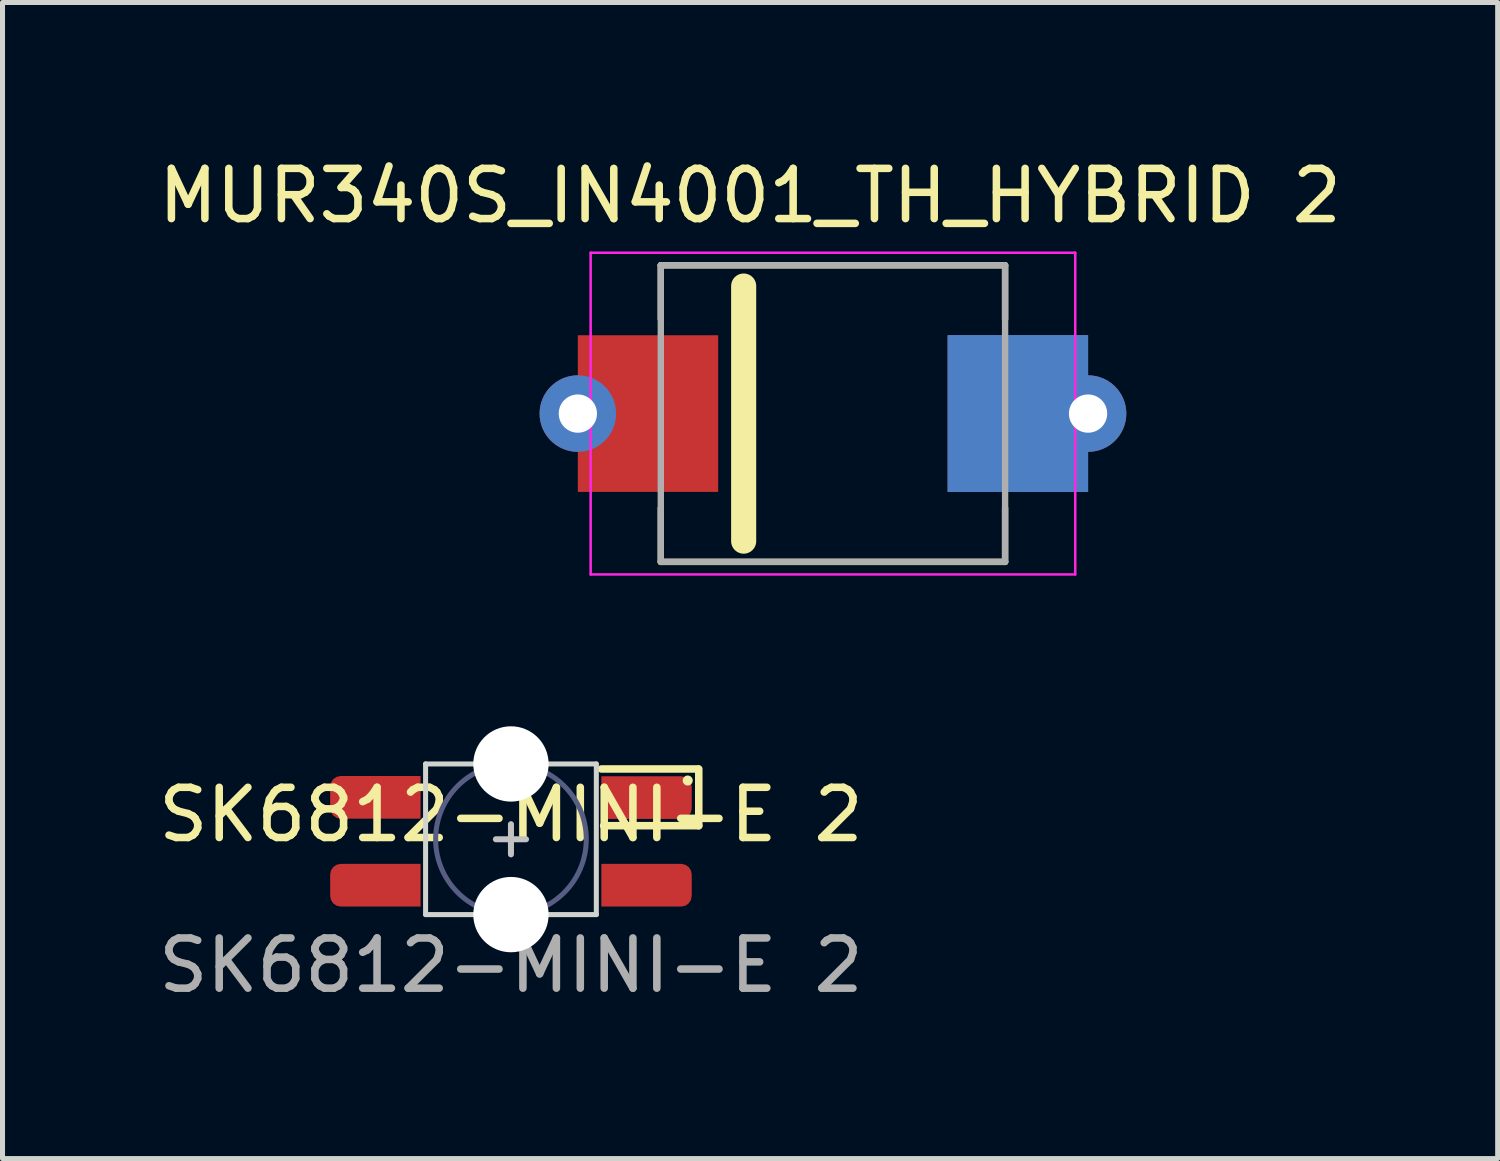
<source format=kicad_pcb>
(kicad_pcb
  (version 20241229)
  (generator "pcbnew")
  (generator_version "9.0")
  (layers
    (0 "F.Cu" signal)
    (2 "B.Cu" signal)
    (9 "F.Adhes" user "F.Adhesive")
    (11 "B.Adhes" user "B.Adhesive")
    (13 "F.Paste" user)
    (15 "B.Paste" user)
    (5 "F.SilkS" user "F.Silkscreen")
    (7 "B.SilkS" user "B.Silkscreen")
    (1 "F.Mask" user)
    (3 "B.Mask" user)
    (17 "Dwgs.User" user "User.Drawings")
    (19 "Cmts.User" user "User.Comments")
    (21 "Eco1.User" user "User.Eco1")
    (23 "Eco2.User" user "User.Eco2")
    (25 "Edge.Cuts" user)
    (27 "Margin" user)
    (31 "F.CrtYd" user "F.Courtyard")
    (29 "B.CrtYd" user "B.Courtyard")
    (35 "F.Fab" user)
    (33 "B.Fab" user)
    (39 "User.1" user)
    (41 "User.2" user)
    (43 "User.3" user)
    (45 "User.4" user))
  (footprint "MUR340S_IN4001_TH_HYBRID 2"
    (layer "F.Cu")
    (at 13.537 5.186)
    (property "Reference" "MUR340S_IN4001_TH_HYBRID 2" (at -1.65 -4.338 0) (layer "F.SilkS") (effects (font (size 1 1) (thickness 0.15))))
    (attr smd)
    (fp_line (start -3.428 -2.953) (end -3.428 -1.88) (stroke (width 0.127) (type solid)) (layer "F.SilkS"))
    (fp_line (start -3.428 2.953) (end -3.428 1.88) (stroke (width 0.127) (type solid)) (layer "F.SilkS"))
    (fp_line (start -3.428 2.953) (end 3.428 2.953) (stroke (width 0.127) (type solid)) (layer "F.SilkS"))
    (fp_line (start -1.778 -2.54) (end -1.778 2.54) (stroke (width 0.5) (type solid)) (layer "F.SilkS"))
    (fp_line (start 3.428 -2.953) (end -3.428 -2.953) (stroke (width 0.127) (type solid)) (layer "F.SilkS"))
    (fp_line (start 3.428 -1.88) (end 3.428 -2.953) (stroke (width 0.127) (type solid)) (layer "F.SilkS"))
    (fp_line (start 3.428 2.953) (end 3.428 1.88) (stroke (width 0.127) (type solid)) (layer "F.SilkS"))
    (fp_line (start -4.825 -3.203) (end -4.825 3.203) (stroke (width 0.05) (type solid)) (layer "F.CrtYd"))
    (fp_line (start -4.825 3.203) (end 4.825 3.203) (stroke (width 0.05) (type solid)) (layer "F.CrtYd"))
    (fp_line (start 4.825 -3.203) (end -4.825 -3.203) (stroke (width 0.05) (type solid)) (layer "F.CrtYd"))
    (fp_line (start 4.825 3.203) (end 4.825 -3.203) (stroke (width 0.05) (type solid)) (layer "F.CrtYd"))
    (fp_line (start -3.428 -2.953) (end -3.428 2.953) (stroke (width 0.127) (type solid)) (layer "F.Fab"))
    (fp_line (start -3.428 2.953) (end 3.428 2.953) (stroke (width 0.127) (type solid)) (layer "F.Fab"))
    (fp_line (start 3.428 -2.953) (end -3.428 -2.953) (stroke (width 0.127) (type solid)) (layer "F.Fab"))
    (fp_line (start 3.428 2.953) (end 3.428 -2.953) (stroke (width 0.127) (type solid)) (layer "F.Fab"))
    (fp_circle (center -5.25 0) (end -5.15 0) (stroke (width 0.2) (type solid)) (fill no) (layer "F.Fab"))
    (pad "A" smd rect (at 3.683 0) (size 2.795 3.12) (layers "F.Cu" "F.Mask" "F.Paste"))
    (pad "A" smd rect (at 3.683 0) (size 2.795 3.12) (layers "B.Cu" "B.Mask" "B.Paste"))
    (pad "A" thru_hole circle (at 5.08 0) (size 1.524 1.524) (drill 0.762) (layers "*.Cu" "*.Mask"))
    (pad "C" thru_hole circle (at -5.08 0) (size 1.524 1.524) (drill 0.762) (layers "*.Cu" "*.Mask"))
    (pad "C" smd rect (at -3.683 0) (size 2.795 3.12) (layers "F.Cu" "F.Mask" "F.Paste"))
    (pad "C" smd rect (at 3.683 0) (size 2.795 3.12) (layers "B.Cu" "B.Mask" "B.Paste")))
  (footprint "SK6812-MINI-E 2"
    (layer "F.Cu")
    (at 7.125 13.673)
    (property "Reference" "SK6812-MINI-E 2" (at 0 -0.5 0) (unlocked yes) (layer "F.SilkS") (effects (font (size 1 1) (thickness 0.15))))
    (attr smd)
    (fp_line (start 1.8 -1.41) (end 3.724 -1.41) (stroke (width 0.15) (type solid)) (layer "F.SilkS"))
    (fp_line (start 3.74 -1.41) (end 3.74 -0.28) (stroke (width 0.15) (type solid)) (layer "F.SilkS"))
    (fp_line (start 3.74 -0.28) (end 1.846 -0.28) (stroke (width 0.15) (type solid)) (layer "F.SilkS"))
    (fp_circle (center 3.52 -1.18) (end 3.62 -1.18) (stroke (width 0) (type solid)) (fill yes) (layer "F.SilkS"))
    (fp_line (start -0.3 -0.01) (end 0.3 -0.01) (stroke (width 0.12) (type solid)) (layer "Dwgs.User"))
    (fp_line (start 0 -0.31) (end 0 0.29) (stroke (width 0.12) (type solid)) (layer "Dwgs.User"))
    (fp_line (start -1.7 1.49) (end -1.7 -1.51) (stroke (width 0.1) (type solid)) (layer "Edge.Cuts"))
    (fp_line (start 1.7 -1.51) (end -1.7 -1.51) (stroke (width 0.1) (type solid)) (layer "Edge.Cuts"))
    (fp_line (start 1.7 -1.51) (end 1.7 1.49) (stroke (width 0.1) (type solid)) (layer "Edge.Cuts"))
    (fp_line (start 1.7 1.49) (end -1.7 1.49) (stroke (width 0.1) (type solid)) (layer "Edge.Cuts"))
    (fp_circle (center 0 -0.01) (end 0 1.49) (stroke (width 0.1) (type solid)) (fill no) (layer "B.Fab"))
    (fp_text user "${REFERENCE}" (at 0 2.5 0) (unlocked yes) (layer "F.Fab") (effects (font (size 1 1) (thickness 0.15))))
    (pad "" smd roundrect (at -2.69 0.905 180) (size 1.82 0.85) (layers "F.Mask") (roundrect_rratio 0.25) (chamfer_ratio 0) (chamfer top_left bottom_left))
    (pad "" smd roundrect (at -2.69 -0.845 180) (size 1.82 0.84) (layers "F.Mask") (roundrect_rratio 0.25) (chamfer_ratio 0) (chamfer top_left bottom_left))
    (pad "" np_thru_hole circle (at 0 -1.51) (size 1.5 1.5) (drill 1.5) (layers "*.Cu" "*.Mask"))
    (pad "" np_thru_hole circle (at 0 1.49) (size 1.5 1.5) (drill 1.5) (layers "*.Cu" "*.Mask"))
    (pad "" smd rect (at 2.47 -0.85) (size 1.38 0.84) (layers "F.Mask"))
    (pad "" smd roundrect (at 2.69 0.9) (size 1.82 0.84) (layers "F.Mask") (roundrect_rratio 0.25) (chamfer_ratio 0) (chamfer top_left bottom_left))
    (pad "" smd roundrect (at 2.855 -0.85) (size 1.49 0.84) (layers "F.Mask") (roundrect_rratio 0.25) (chamfer_ratio 0.5) (chamfer top_right))
    (pad "1" smd custom (at -2.7 0.905 180) (size 0.85 0.85) (layers "F.Cu") (options (anchor circle)) (primitives (gr_poly (pts (xy 0.9 -0.212) (xy 0.884 -0.294) (xy 0.838 -0.363) (xy 0.769 -0.409) (xy 0.688 -0.425) (xy -0.9 -0.425) (xy -0.9 0.425) (xy 0.688 0.425) (xy 0.769 0.409) (xy 0.838 0.363) (xy 0.884 0.294) (xy 0.9 0.212)) (width 0) (fill yes))))
    (pad "2" smd custom (at -2.7 -0.845) (size 0.85 0.85) (layers "F.Cu") (options (anchor circle)) (primitives (gr_poly (pts (xy 0.9 -0.425) (xy -0.688 -0.425) (xy -0.769 -0.409) (xy -0.838 -0.363) (xy -0.884 -0.294) (xy -0.9 -0.212) (xy -0.9 0.212) (xy -0.884 0.294) (xy -0.838 0.363) (xy -0.769 0.409) (xy -0.688 0.425) (xy 0.9 0.425)) (width 0) (fill yes))))
    (pad "3" smd custom (at 2.7 -0.84) (size 0.85 0.85) (layers "F.Cu") (options (anchor circle)) (primitives (gr_poly (pts (xy -0.9 -0.425) (xy 0.688 -0.425) (xy 0.769 -0.409) (xy 0.838 -0.363) (xy 0.884 -0.294) (xy 0.9 -0.212) (xy 0.9 0.212) (xy 0.884 0.294) (xy 0.838 0.363) (xy 0.769 0.409) (xy 0.688 0.425) (xy -0.9 0.425)) (width 0) (fill yes))))
    (pad "4" smd custom (at 2.7 0.905 180) (size 0.85 0.85) (layers "F.Cu") (options (anchor circle)) (primitives (gr_poly (pts (xy 0.9 -0.425) (xy -0.688 -0.425) (xy -0.769 -0.409) (xy -0.838 -0.363) (xy -0.884 -0.294) (xy -0.9 -0.212) (xy -0.9 0.212) (xy -0.884 0.294) (xy -0.838 0.363) (xy -0.769 0.409) (xy -0.688 0.425) (xy 0.9 0.425)) (width 0) (fill yes)))))
  (gr_rect
    (start -3 -3)
    (end 26.774 20.021)
    (stroke (width 0.1) (type default))
    (fill no)
    (layer "Edge.Cuts")))
</source>
